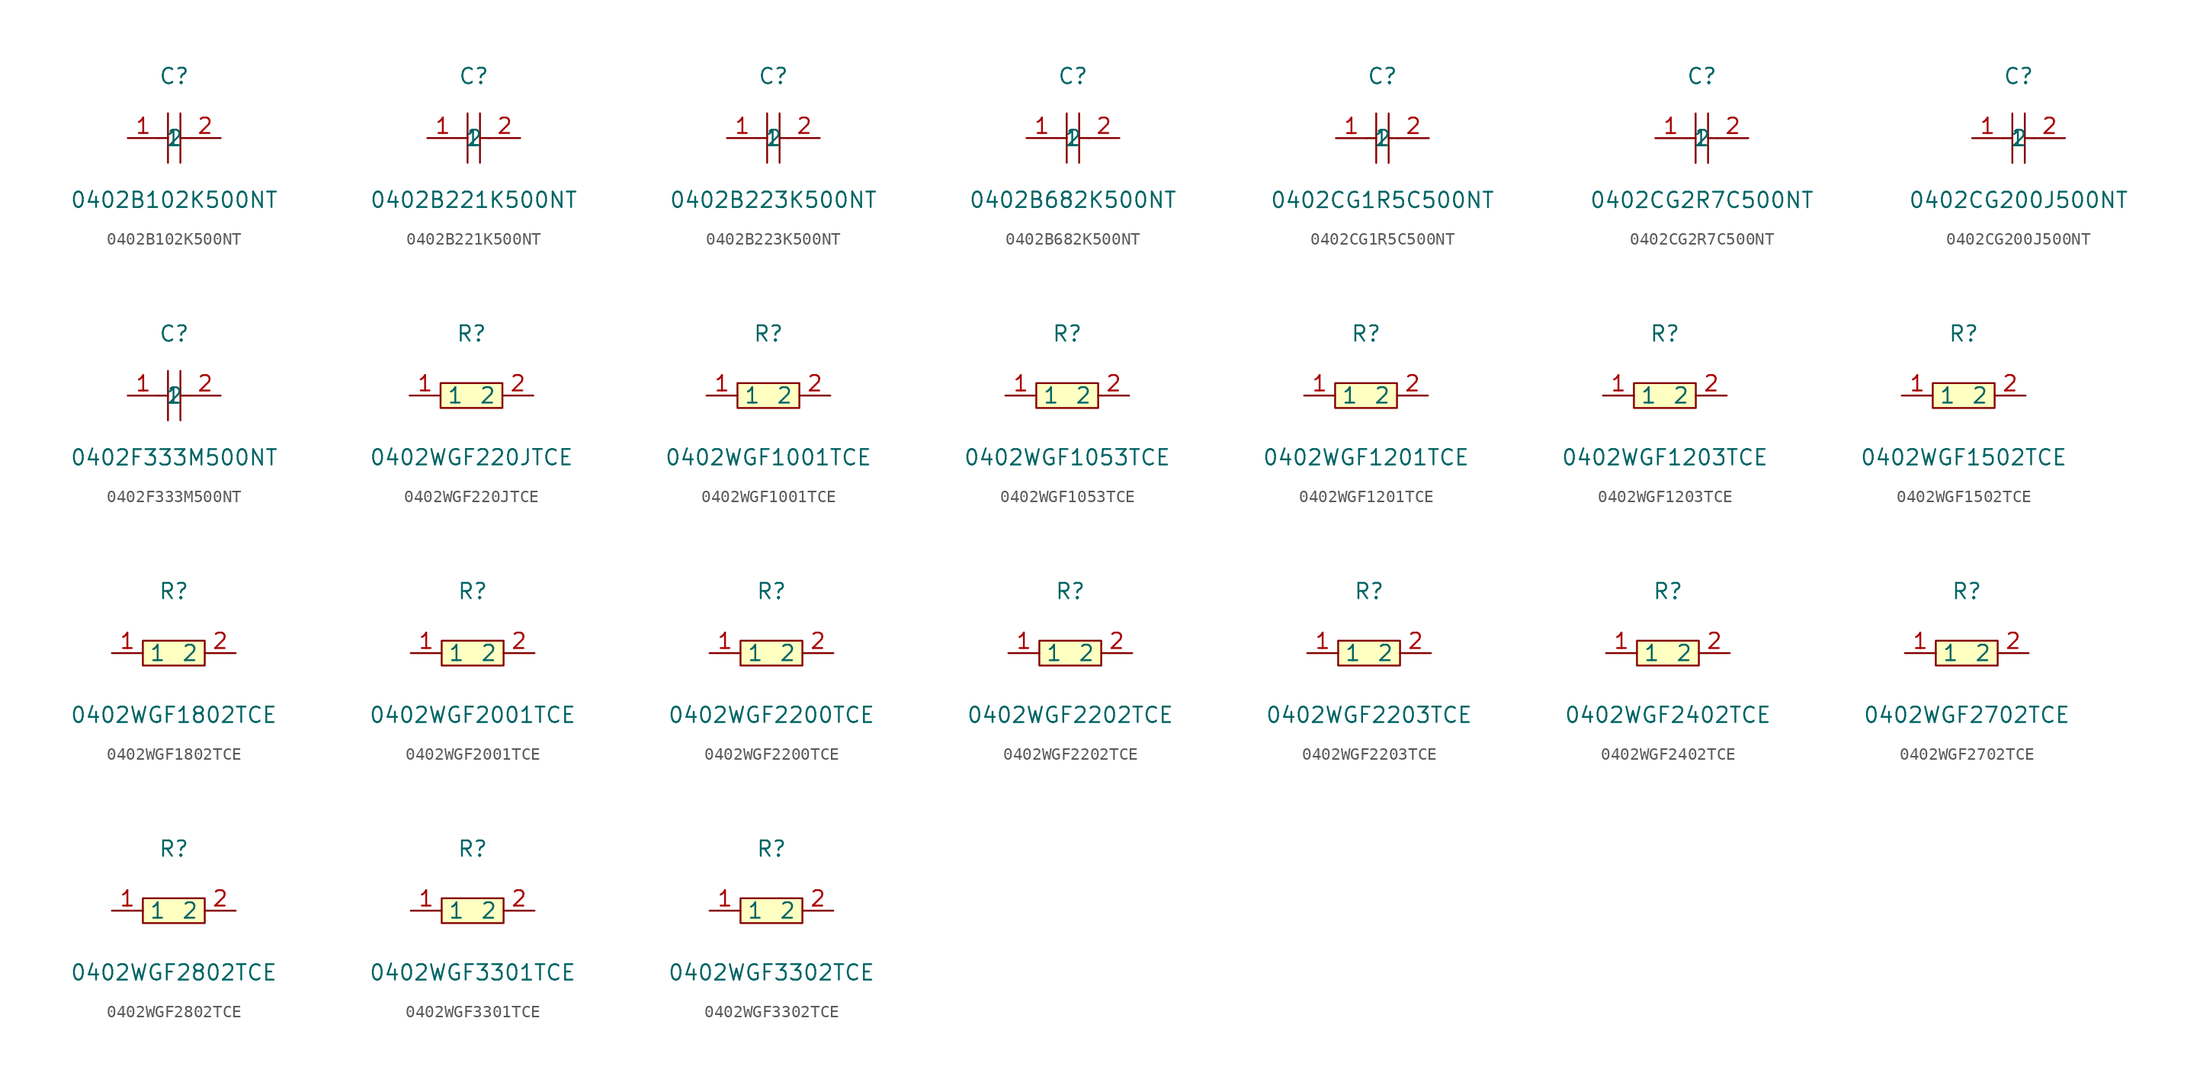
<source format=kicad_sym>
(kicad_symbol_lib
  (version 20231120)
  (generator "kicad_symbol_editor")
  (generator_version "8.0")
  (symbol "0402B102K500NT"
    (property "Reference" "C"
      (at 0 5.08 0)
      (effects (font (size 1.27 1.27))))
    (property "Value" "0402B102K500NT"
      (at 0 -5.08 0)
      (effects (font (size 1.27 1.27))))
    (symbol "0402B102K500NT_0_1"
      (polyline (pts (xy -1.27 0) (xy -0.51 0)) (stroke (width 0) (type default)) (fill (type none)))
      (polyline (pts (xy -0.51 2.03) (xy -0.51 -2.03)) (stroke (width 0) (type default)) (fill (type none)))
      (polyline (pts (xy 0.51 0) (xy 1.27 0)) (stroke (width 0) (type default)) (fill (type none)))
      (polyline (pts (xy 0.51 2.03) (xy 0.51 -2.03)) (stroke (width 0) (type default)) (fill (type none)))
      (pin input line (at -3.81 0 0) (length 2.54) (name "1" (effects (font (size 1.27 1.27)))) (number "1" (effects (font (size 1.27 1.27)))))
      (pin input line (at 3.81 0 180) (length 2.54) (name "2" (effects (font (size 1.27 1.27)))) (number "2" (effects (font (size 1.27 1.27)))))))
  (symbol "0402B221K500NT"
    (property "Reference" "C"
      (at 0 5.08 0)
      (effects (font (size 1.27 1.27))))
    (property "Value" "0402B221K500NT"
      (at 0 -5.08 0)
      (effects (font (size 1.27 1.27))))
    (symbol "0402B221K500NT_0_1"
      (polyline (pts (xy -1.27 0) (xy -0.51 0)) (stroke (width 0) (type default)) (fill (type none)))
      (polyline (pts (xy -0.51 2.03) (xy -0.51 -2.03)) (stroke (width 0) (type default)) (fill (type none)))
      (polyline (pts (xy 0.51 0) (xy 1.27 0)) (stroke (width 0) (type default)) (fill (type none)))
      (polyline (pts (xy 0.51 2.03) (xy 0.51 -2.03)) (stroke (width 0) (type default)) (fill (type none)))
      (pin input line (at -3.81 0 0) (length 2.54) (name "1" (effects (font (size 1.27 1.27)))) (number "1" (effects (font (size 1.27 1.27)))))
      (pin input line (at 3.81 0 180) (length 2.54) (name "2" (effects (font (size 1.27 1.27)))) (number "2" (effects (font (size 1.27 1.27)))))))
  (symbol "0402B223K500NT"
    (property "Reference" "C"
      (at 0 5.08 0)
      (effects (font (size 1.27 1.27))))
    (property "Value" "0402B223K500NT"
      (at 0 -5.08 0)
      (effects (font (size 1.27 1.27))))
    (symbol "0402B223K500NT_0_1"
      (polyline (pts (xy -1.27 0) (xy -0.51 0)) (stroke (width 0) (type default)) (fill (type none)))
      (polyline (pts (xy -0.51 2.03) (xy -0.51 -2.03)) (stroke (width 0) (type default)) (fill (type none)))
      (polyline (pts (xy 0.51 0) (xy 1.27 0)) (stroke (width 0) (type default)) (fill (type none)))
      (polyline (pts (xy 0.51 2.03) (xy 0.51 -2.03)) (stroke (width 0) (type default)) (fill (type none)))
      (pin input line (at -3.81 0 0) (length 2.54) (name "1" (effects (font (size 1.27 1.27)))) (number "1" (effects (font (size 1.27 1.27)))))
      (pin input line (at 3.81 0 180) (length 2.54) (name "2" (effects (font (size 1.27 1.27)))) (number "2" (effects (font (size 1.27 1.27)))))))
  (symbol "0402B682K500NT"
    (property "Reference" "C"
      (at 0 5.08 0)
      (effects (font (size 1.27 1.27))))
    (property "Value" "0402B682K500NT"
      (at 0 -5.08 0)
      (effects (font (size 1.27 1.27))))
    (symbol "0402B682K500NT_0_1"
      (polyline (pts (xy -1.27 0) (xy -0.51 0)) (stroke (width 0) (type default)) (fill (type none)))
      (polyline (pts (xy -0.51 2.03) (xy -0.51 -2.03)) (stroke (width 0) (type default)) (fill (type none)))
      (polyline (pts (xy 0.51 0) (xy 1.27 0)) (stroke (width 0) (type default)) (fill (type none)))
      (polyline (pts (xy 0.51 2.03) (xy 0.51 -2.03)) (stroke (width 0) (type default)) (fill (type none)))
      (pin input line (at -3.81 0 0) (length 2.54) (name "1" (effects (font (size 1.27 1.27)))) (number "1" (effects (font (size 1.27 1.27)))))
      (pin input line (at 3.81 0 180) (length 2.54) (name "2" (effects (font (size 1.27 1.27)))) (number "2" (effects (font (size 1.27 1.27)))))))
  (symbol "0402CG1R5C500NT"
    (property "Reference" "C"
      (at 0 5.08 0)
      (effects (font (size 1.27 1.27))))
    (property "Value" "0402CG1R5C500NT"
      (at 0 -5.08 0)
      (effects (font (size 1.27 1.27))))
    (symbol "0402CG1R5C500NT_0_1"
      (polyline (pts (xy -1.27 0) (xy -0.51 0)) (stroke (width 0) (type default)) (fill (type none)))
      (polyline (pts (xy -0.51 2.03) (xy -0.51 -2.03)) (stroke (width 0) (type default)) (fill (type none)))
      (polyline (pts (xy 0.51 0) (xy 1.27 0)) (stroke (width 0) (type default)) (fill (type none)))
      (polyline (pts (xy 0.51 2.03) (xy 0.51 -2.03)) (stroke (width 0) (type default)) (fill (type none)))
      (pin input line (at -3.81 0 0) (length 2.54) (name "1" (effects (font (size 1.27 1.27)))) (number "1" (effects (font (size 1.27 1.27)))))
      (pin input line (at 3.81 0 180) (length 2.54) (name "2" (effects (font (size 1.27 1.27)))) (number "2" (effects (font (size 1.27 1.27)))))))
  (symbol "0402CG2R7C500NT"
    (property "Reference" "C"
      (at 0 5.08 0)
      (effects (font (size 1.27 1.27))))
    (property "Value" "0402CG2R7C500NT"
      (at 0 -5.08 0)
      (effects (font (size 1.27 1.27))))
    (symbol "0402CG2R7C500NT_0_1"
      (polyline (pts (xy -1.27 0) (xy -0.51 0)) (stroke (width 0) (type default)) (fill (type none)))
      (polyline (pts (xy -0.51 2.03) (xy -0.51 -2.03)) (stroke (width 0) (type default)) (fill (type none)))
      (polyline (pts (xy 0.51 0) (xy 1.27 0)) (stroke (width 0) (type default)) (fill (type none)))
      (polyline (pts (xy 0.51 2.03) (xy 0.51 -2.03)) (stroke (width 0) (type default)) (fill (type none)))
      (pin input line (at -3.81 0 0) (length 2.54) (name "1" (effects (font (size 1.27 1.27)))) (number "1" (effects (font (size 1.27 1.27)))))
      (pin input line (at 3.81 0 180) (length 2.54) (name "2" (effects (font (size 1.27 1.27)))) (number "2" (effects (font (size 1.27 1.27)))))))
  (symbol "0402CG200J500NT"
    (property "Reference" "C"
      (at 0 5.08 0)
      (effects (font (size 1.27 1.27))))
    (property "Value" "0402CG200J500NT"
      (at 0 -5.08 0)
      (effects (font (size 1.27 1.27))))
    (symbol "0402CG200J500NT_0_1"
      (polyline (pts (xy -1.27 0) (xy -0.51 0)) (stroke (width 0) (type default)) (fill (type none)))
      (polyline (pts (xy -0.51 2.03) (xy -0.51 -2.03)) (stroke (width 0) (type default)) (fill (type none)))
      (polyline (pts (xy 0.51 0) (xy 1.27 0)) (stroke (width 0) (type default)) (fill (type none)))
      (polyline (pts (xy 0.51 2.03) (xy 0.51 -2.03)) (stroke (width 0) (type default)) (fill (type none)))
      (pin input line (at -3.81 0 0) (length 2.54) (name "1" (effects (font (size 1.27 1.27)))) (number "1" (effects (font (size 1.27 1.27)))))
      (pin input line (at 3.81 0 180) (length 2.54) (name "2" (effects (font (size 1.27 1.27)))) (number "2" (effects (font (size 1.27 1.27)))))))
  (symbol "0402F333M500NT"
    (property "Reference" "C"
      (at 0 5.08 0)
      (effects (font (size 1.27 1.27))))
    (property "Value" "0402F333M500NT"
      (at 0 -5.08 0)
      (effects (font (size 1.27 1.27))))
    (symbol "0402F333M500NT_0_1"
      (polyline (pts (xy -1.27 0) (xy -0.51 0)) (stroke (width 0) (type default)) (fill (type none)))
      (polyline (pts (xy -0.51 2.03) (xy -0.51 -2.03)) (stroke (width 0) (type default)) (fill (type none)))
      (polyline (pts (xy 0.51 0) (xy 1.27 0)) (stroke (width 0) (type default)) (fill (type none)))
      (polyline (pts (xy 0.51 2.03) (xy 0.51 -2.03)) (stroke (width 0) (type default)) (fill (type none)))
      (pin input line (at -3.81 0 0) (length 2.54) (name "1" (effects (font (size 1.27 1.27)))) (number "1" (effects (font (size 1.27 1.27)))))
      (pin input line (at 3.81 0 180) (length 2.54) (name "2" (effects (font (size 1.27 1.27)))) (number "2" (effects (font (size 1.27 1.27)))))))
  (symbol "0402WGF220JTCE"
    (property "Reference" "R"
      (at 0 5.08 0)
      (effects (font (size 1.27 1.27))))
    (property "Value" "0402WGF220JTCE"
      (at 0 -5.08 0)
      (effects (font (size 1.27 1.27))))
    (symbol "0402WGF220JTCE_0_1"
      (rectangle (start -2.54 1.02) (end 2.54 -1.02) (stroke (width 0) (type default)) (fill (type background)))
      (pin input line (at -5.08 0 0) (length 2.54) (name "1" (effects (font (size 1.27 1.27)))) (number "1" (effects (font (size 1.27 1.27)))))
      (pin input line (at 5.08 0 180) (length 2.54) (name "2" (effects (font (size 1.27 1.27)))) (number "2" (effects (font (size 1.27 1.27)))))))
  (symbol "0402WGF1001TCE"
    (property "Reference" "R"
      (at 0 5.08 0)
      (effects (font (size 1.27 1.27))))
    (property "Value" "0402WGF1001TCE"
      (at 0 -5.08 0)
      (effects (font (size 1.27 1.27))))
    (symbol "0402WGF1001TCE_0_1"
      (rectangle (start -2.54 1.02) (end 2.54 -1.02) (stroke (width 0) (type default)) (fill (type background)))
      (pin input line (at -5.08 0 0) (length 2.54) (name "1" (effects (font (size 1.27 1.27)))) (number "1" (effects (font (size 1.27 1.27)))))
      (pin input line (at 5.08 0 180) (length 2.54) (name "2" (effects (font (size 1.27 1.27)))) (number "2" (effects (font (size 1.27 1.27)))))))
  (symbol "0402WGF1053TCE"
    (property "Reference" "R"
      (at 0 5.08 0)
      (effects (font (size 1.27 1.27))))
    (property "Value" "0402WGF1053TCE"
      (at 0 -5.08 0)
      (effects (font (size 1.27 1.27))))
    (symbol "0402WGF1053TCE_0_1"
      (rectangle (start -2.54 1.02) (end 2.54 -1.02) (stroke (width 0) (type default)) (fill (type background)))
      (pin input line (at -5.08 0 0) (length 2.54) (name "1" (effects (font (size 1.27 1.27)))) (number "1" (effects (font (size 1.27 1.27)))))
      (pin input line (at 5.08 0 180) (length 2.54) (name "2" (effects (font (size 1.27 1.27)))) (number "2" (effects (font (size 1.27 1.27)))))))
  (symbol "0402WGF1201TCE"
    (property "Reference" "R"
      (at 0 5.08 0)
      (effects (font (size 1.27 1.27))))
    (property "Value" "0402WGF1201TCE"
      (at 0 -5.08 0)
      (effects (font (size 1.27 1.27))))
    (symbol "0402WGF1201TCE_0_1"
      (rectangle (start -2.54 1.02) (end 2.54 -1.02) (stroke (width 0) (type default)) (fill (type background)))
      (pin input line (at -5.08 0 0) (length 2.54) (name "1" (effects (font (size 1.27 1.27)))) (number "1" (effects (font (size 1.27 1.27)))))
      (pin input line (at 5.08 0 180) (length 2.54) (name "2" (effects (font (size 1.27 1.27)))) (number "2" (effects (font (size 1.27 1.27)))))))
  (symbol "0402WGF1203TCE"
    (property "Reference" "R"
      (at 0 5.08 0)
      (effects (font (size 1.27 1.27))))
    (property "Value" "0402WGF1203TCE"
      (at 0 -5.08 0)
      (effects (font (size 1.27 1.27))))
    (symbol "0402WGF1203TCE_0_1"
      (rectangle (start -2.54 1.02) (end 2.54 -1.02) (stroke (width 0) (type default)) (fill (type background)))
      (pin input line (at -5.08 0 0) (length 2.54) (name "1" (effects (font (size 1.27 1.27)))) (number "1" (effects (font (size 1.27 1.27)))))
      (pin input line (at 5.08 0 180) (length 2.54) (name "2" (effects (font (size 1.27 1.27)))) (number "2" (effects (font (size 1.27 1.27)))))))
  (symbol "0402WGF1502TCE"
    (property "Reference" "R"
      (at 0 5.08 0)
      (effects (font (size 1.27 1.27))))
    (property "Value" "0402WGF1502TCE"
      (at 0 -5.08 0)
      (effects (font (size 1.27 1.27))))
    (symbol "0402WGF1502TCE_0_1"
      (rectangle (start -2.54 1.02) (end 2.54 -1.02) (stroke (width 0) (type default)) (fill (type background)))
      (pin input line (at -5.08 0 0) (length 2.54) (name "1" (effects (font (size 1.27 1.27)))) (number "1" (effects (font (size 1.27 1.27)))))
      (pin input line (at 5.08 0 180) (length 2.54) (name "2" (effects (font (size 1.27 1.27)))) (number "2" (effects (font (size 1.27 1.27)))))))
  (symbol "0402WGF1802TCE"
    (property "Reference" "R"
      (at 0 5.08 0)
      (effects (font (size 1.27 1.27))))
    (property "Value" "0402WGF1802TCE"
      (at 0 -5.08 0)
      (effects (font (size 1.27 1.27))))
    (symbol "0402WGF1802TCE_0_1"
      (rectangle (start -2.54 1.02) (end 2.54 -1.02) (stroke (width 0) (type default)) (fill (type background)))
      (pin input line (at -5.08 0 0) (length 2.54) (name "1" (effects (font (size 1.27 1.27)))) (number "1" (effects (font (size 1.27 1.27)))))
      (pin input line (at 5.08 0 180) (length 2.54) (name "2" (effects (font (size 1.27 1.27)))) (number "2" (effects (font (size 1.27 1.27)))))))
  (symbol "0402WGF2001TCE"
    (property "Reference" "R"
      (at 0 5.08 0)
      (effects (font (size 1.27 1.27))))
    (property "Value" "0402WGF2001TCE"
      (at 0 -5.08 0)
      (effects (font (size 1.27 1.27))))
    (symbol "0402WGF2001TCE_0_1"
      (rectangle (start -2.54 1.02) (end 2.54 -1.02) (stroke (width 0) (type default)) (fill (type background)))
      (pin input line (at -5.08 0 0) (length 2.54) (name "1" (effects (font (size 1.27 1.27)))) (number "1" (effects (font (size 1.27 1.27)))))
      (pin input line (at 5.08 0 180) (length 2.54) (name "2" (effects (font (size 1.27 1.27)))) (number "2" (effects (font (size 1.27 1.27)))))))
  (symbol "0402WGF2200TCE"
    (property "Reference" "R"
      (at 0 5.08 0)
      (effects (font (size 1.27 1.27))))
    (property "Value" "0402WGF2200TCE"
      (at 0 -5.08 0)
      (effects (font (size 1.27 1.27))))
    (symbol "0402WGF2200TCE_0_1"
      (rectangle (start -2.54 1.02) (end 2.54 -1.02) (stroke (width 0) (type default)) (fill (type background)))
      (pin input line (at -5.08 0 0) (length 2.54) (name "1" (effects (font (size 1.27 1.27)))) (number "1" (effects (font (size 1.27 1.27)))))
      (pin input line (at 5.08 0 180) (length 2.54) (name "2" (effects (font (size 1.27 1.27)))) (number "2" (effects (font (size 1.27 1.27)))))))
  (symbol "0402WGF2202TCE"
    (property "Reference" "R"
      (at 0 5.08 0)
      (effects (font (size 1.27 1.27))))
    (property "Value" "0402WGF2202TCE"
      (at 0 -5.08 0)
      (effects (font (size 1.27 1.27))))
    (symbol "0402WGF2202TCE_0_1"
      (rectangle (start -2.54 1.02) (end 2.54 -1.02) (stroke (width 0) (type default)) (fill (type background)))
      (pin input line (at -5.08 0 0) (length 2.54) (name "1" (effects (font (size 1.27 1.27)))) (number "1" (effects (font (size 1.27 1.27)))))
      (pin input line (at 5.08 0 180) (length 2.54) (name "2" (effects (font (size 1.27 1.27)))) (number "2" (effects (font (size 1.27 1.27)))))))
  (symbol "0402WGF2203TCE"
    (property "Reference" "R"
      (at 0 5.08 0)
      (effects (font (size 1.27 1.27))))
    (property "Value" "0402WGF2203TCE"
      (at 0 -5.08 0)
      (effects (font (size 1.27 1.27))))
    (symbol "0402WGF2203TCE_0_1"
      (rectangle (start -2.54 1.02) (end 2.54 -1.02) (stroke (width 0) (type default)) (fill (type background)))
      (pin input line (at -5.08 0 0) (length 2.54) (name "1" (effects (font (size 1.27 1.27)))) (number "1" (effects (font (size 1.27 1.27)))))
      (pin input line (at 5.08 0 180) (length 2.54) (name "2" (effects (font (size 1.27 1.27)))) (number "2" (effects (font (size 1.27 1.27)))))))
  (symbol "0402WGF2402TCE"
    (property "Reference" "R"
      (at 0 5.08 0)
      (effects (font (size 1.27 1.27))))
    (property "Value" "0402WGF2402TCE"
      (at 0 -5.08 0)
      (effects (font (size 1.27 1.27))))
    (symbol "0402WGF2402TCE_0_1"
      (rectangle (start -2.54 1.02) (end 2.54 -1.02) (stroke (width 0) (type default)) (fill (type background)))
      (pin input line (at -5.08 0 0) (length 2.54) (name "1" (effects (font (size 1.27 1.27)))) (number "1" (effects (font (size 1.27 1.27)))))
      (pin input line (at 5.08 0 180) (length 2.54) (name "2" (effects (font (size 1.27 1.27)))) (number "2" (effects (font (size 1.27 1.27)))))))
  (symbol "0402WGF2702TCE"
    (property "Reference" "R"
      (at 0 5.08 0)
      (effects (font (size 1.27 1.27))))
    (property "Value" "0402WGF2702TCE"
      (at 0 -5.08 0)
      (effects (font (size 1.27 1.27))))
    (symbol "0402WGF2702TCE_0_1"
      (rectangle (start -2.54 1.02) (end 2.54 -1.02) (stroke (width 0) (type default)) (fill (type background)))
      (pin input line (at -5.08 0 0) (length 2.54) (name "1" (effects (font (size 1.27 1.27)))) (number "1" (effects (font (size 1.27 1.27)))))
      (pin input line (at 5.08 0 180) (length 2.54) (name "2" (effects (font (size 1.27 1.27)))) (number "2" (effects (font (size 1.27 1.27)))))))
  (symbol "0402WGF2802TCE"
    (property "Reference" "R"
      (at 0 5.08 0)
      (effects (font (size 1.27 1.27))))
    (property "Value" "0402WGF2802TCE"
      (at 0 -5.08 0)
      (effects (font (size 1.27 1.27))))
    (symbol "0402WGF2802TCE_0_1"
      (rectangle (start -2.54 1.02) (end 2.54 -1.02) (stroke (width 0) (type default)) (fill (type background)))
      (pin input line (at -5.08 0 0) (length 2.54) (name "1" (effects (font (size 1.27 1.27)))) (number "1" (effects (font (size 1.27 1.27)))))
      (pin input line (at 5.08 0 180) (length 2.54) (name "2" (effects (font (size 1.27 1.27)))) (number "2" (effects (font (size 1.27 1.27)))))))
  (symbol "0402WGF3301TCE"
    (property "Reference" "R"
      (at 0 5.08 0)
      (effects (font (size 1.27 1.27))))
    (property "Value" "0402WGF3301TCE"
      (at 0 -5.08 0)
      (effects (font (size 1.27 1.27))))
    (symbol "0402WGF3301TCE_0_1"
      (rectangle (start -2.54 1.02) (end 2.54 -1.02) (stroke (width 0) (type default)) (fill (type background)))
      (pin input line (at -5.08 0 0) (length 2.54) (name "1" (effects (font (size 1.27 1.27)))) (number "1" (effects (font (size 1.27 1.27)))))
      (pin input line (at 5.08 0 180) (length 2.54) (name "2" (effects (font (size 1.27 1.27)))) (number "2" (effects (font (size 1.27 1.27)))))))
  (symbol "0402WGF3302TCE"
    (property "Reference" "R"
      (at 0 5.08 0)
      (effects (font (size 1.27 1.27))))
    (property "Value" "0402WGF3302TCE"
      (at 0 -5.08 0)
      (effects (font (size 1.27 1.27))))
    (symbol "0402WGF3302TCE_0_1"
      (rectangle (start -2.54 1.02) (end 2.54 -1.02) (stroke (width 0) (type default)) (fill (type background)))
      (pin input line (at -5.08 0 0) (length 2.54) (name "1" (effects (font (size 1.27 1.27)))) (number "1" (effects (font (size 1.27 1.27)))))
      (pin input line (at 5.08 0 180) (length 2.54) (name "2" (effects (font (size 1.27 1.27)))) (number "2" (effects (font (size 1.27 1.27))))))))
</source>
